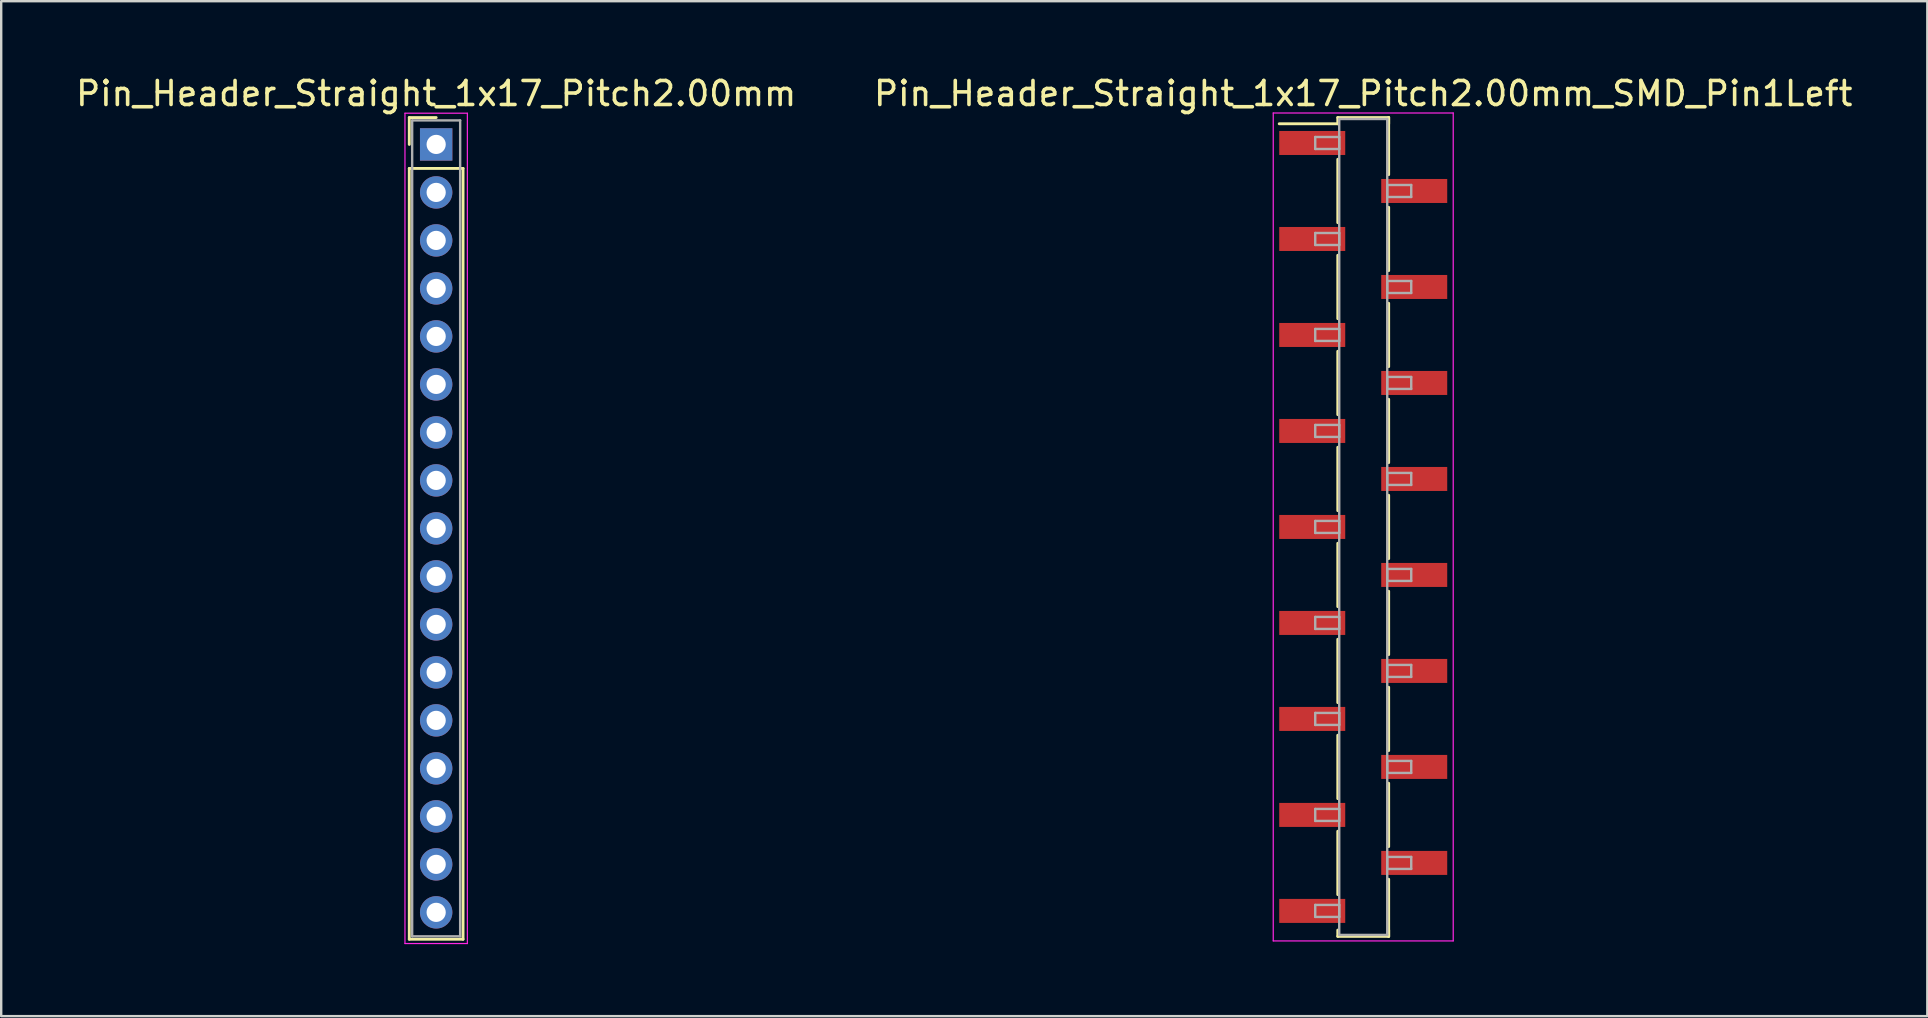
<source format=kicad_pcb>
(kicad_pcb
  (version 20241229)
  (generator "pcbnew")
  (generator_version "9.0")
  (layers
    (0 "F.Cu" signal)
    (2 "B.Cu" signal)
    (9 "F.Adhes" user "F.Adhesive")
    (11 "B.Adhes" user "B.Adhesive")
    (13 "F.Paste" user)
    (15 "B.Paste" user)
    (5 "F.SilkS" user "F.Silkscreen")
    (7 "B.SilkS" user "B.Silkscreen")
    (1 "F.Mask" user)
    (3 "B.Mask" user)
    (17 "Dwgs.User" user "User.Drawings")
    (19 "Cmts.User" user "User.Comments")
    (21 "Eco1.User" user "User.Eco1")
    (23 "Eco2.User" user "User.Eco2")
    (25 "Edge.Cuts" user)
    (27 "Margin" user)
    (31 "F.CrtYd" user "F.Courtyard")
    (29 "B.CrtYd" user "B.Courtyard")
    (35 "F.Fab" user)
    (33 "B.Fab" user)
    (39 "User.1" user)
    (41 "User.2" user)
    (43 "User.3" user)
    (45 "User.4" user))
  (footprint "Pin_Header_Straight_1x17_Pitch2.00mm"
    (layer "F.Cu")
    (at 15.125 2.968)
    (property "Reference" "Pin_Header_Straight_1x17_Pitch2.00mm" (at 0 -2.12 0) (layer "F.SilkS") (effects (font (size 1 1) (thickness 0.15))))
    (attr through_hole)
    (fp_line (start -1.12 -1.12) (end 0 -1.12) (stroke (width 0.12) (type solid)) (layer "F.SilkS"))
    (fp_line (start -1.12 0) (end -1.12 -1.12) (stroke (width 0.12) (type solid)) (layer "F.SilkS"))
    (fp_line (start -1.12 1) (end -1.12 33.12) (stroke (width 0.12) (type solid)) (layer "F.SilkS"))
    (fp_line (start -1.12 33.12) (end 1.12 33.12) (stroke (width 0.12) (type solid)) (layer "F.SilkS"))
    (fp_line (start 1.12 1) (end -1.12 1) (stroke (width 0.12) (type solid)) (layer "F.SilkS"))
    (fp_line (start 1.12 33.12) (end 1.12 1) (stroke (width 0.12) (type solid)) (layer "F.SilkS"))
    (fp_line (start -1.3 -1.3) (end -1.3 33.3) (stroke (width 0.05) (type solid)) (layer "F.CrtYd"))
    (fp_line (start -1.3 33.3) (end 1.3 33.3) (stroke (width 0.05) (type solid)) (layer "F.CrtYd"))
    (fp_line (start 1.3 -1.3) (end -1.3 -1.3) (stroke (width 0.05) (type solid)) (layer "F.CrtYd"))
    (fp_line (start 1.3 33.3) (end 1.3 -1.3) (stroke (width 0.05) (type solid)) (layer "F.CrtYd"))
    (fp_line (start -1 -1) (end -1 33) (stroke (width 0.1) (type solid)) (layer "F.Fab"))
    (fp_line (start -1 33) (end 1 33) (stroke (width 0.1) (type solid)) (layer "F.Fab"))
    (fp_line (start 1 -1) (end -1 -1) (stroke (width 0.1) (type solid)) (layer "F.Fab"))
    (fp_line (start 1 33) (end 1 -1) (stroke (width 0.1) (type solid)) (layer "F.Fab"))
    (pad "1" thru_hole rect (at 0 0) (size 1.35 1.35) (drill 0.8) (layers "*.Cu" "*.Mask"))
    (pad "2" thru_hole oval (at 0 2) (size 1.35 1.35) (drill 0.8) (layers "*.Cu" "*.Mask"))
    (pad "3" thru_hole oval (at 0 4) (size 1.35 1.35) (drill 0.8) (layers "*.Cu" "*.Mask"))
    (pad "4" thru_hole oval (at 0 6) (size 1.35 1.35) (drill 0.8) (layers "*.Cu" "*.Mask"))
    (pad "5" thru_hole oval (at 0 8) (size 1.35 1.35) (drill 0.8) (layers "*.Cu" "*.Mask"))
    (pad "6" thru_hole oval (at 0 10) (size 1.35 1.35) (drill 0.8) (layers "*.Cu" "*.Mask"))
    (pad "7" thru_hole oval (at 0 12) (size 1.35 1.35) (drill 0.8) (layers "*.Cu" "*.Mask"))
    (pad "8" thru_hole oval (at 0 14) (size 1.35 1.35) (drill 0.8) (layers "*.Cu" "*.Mask"))
    (pad "9" thru_hole oval (at 0 16) (size 1.35 1.35) (drill 0.8) (layers "*.Cu" "*.Mask"))
    (pad "10" thru_hole oval (at 0 18) (size 1.35 1.35) (drill 0.8) (layers "*.Cu" "*.Mask"))
    (pad "11" thru_hole oval (at 0 20) (size 1.35 1.35) (drill 0.8) (layers "*.Cu" "*.Mask"))
    (pad "12" thru_hole oval (at 0 22) (size 1.35 1.35) (drill 0.8) (layers "*.Cu" "*.Mask"))
    (pad "13" thru_hole oval (at 0 24) (size 1.35 1.35) (drill 0.8) (layers "*.Cu" "*.Mask"))
    (pad "14" thru_hole oval (at 0 26) (size 1.35 1.35) (drill 0.8) (layers "*.Cu" "*.Mask"))
    (pad "15" thru_hole oval (at 0 28) (size 1.35 1.35) (drill 0.8) (layers "*.Cu" "*.Mask"))
    (pad "16" thru_hole oval (at 0 30) (size 1.35 1.35) (drill 0.8) (layers "*.Cu" "*.Mask"))
    (pad "17" thru_hole oval (at 0 32) (size 1.35 1.35) (drill 0.8) (layers "*.Cu" "*.Mask")))
  (footprint "Pin_Header_Straight_1x17_Pitch2.00mm_SMD_Pin1Left"
    (layer "F.Cu")
    (at 53.756 18.908)
    (property "Reference" "Pin_Header_Straight_1x17_Pitch2.00mm_SMD_Pin1Left" (at 0 -18.06 0) (layer "F.SilkS") (effects (font (size 1 1) (thickness 0.15))))
    (attr smd)
    (fp_line (start -1.06 -17.06) (end 1.06 -17.06) (stroke (width 0.12) (type solid)) (layer "F.SilkS"))
    (fp_line (start -1.06 -16.8) (end -3.5 -16.8) (stroke (width 0.12) (type solid)) (layer "F.SilkS"))
    (fp_line (start -1.06 -16.8) (end -1.06 -17.06) (stroke (width 0.12) (type solid)) (layer "F.SilkS"))
    (fp_line (start -1.06 -15.32) (end -1.06 -12.68) (stroke (width 0.12) (type solid)) (layer "F.SilkS"))
    (fp_line (start -1.06 -11.32) (end -1.06 -8.68) (stroke (width 0.12) (type solid)) (layer "F.SilkS"))
    (fp_line (start -1.06 -7.32) (end -1.06 -4.68) (stroke (width 0.12) (type solid)) (layer "F.SilkS"))
    (fp_line (start -1.06 -3.32) (end -1.06 -0.68) (stroke (width 0.12) (type solid)) (layer "F.SilkS"))
    (fp_line (start -1.06 0.68) (end -1.06 3.32) (stroke (width 0.12) (type solid)) (layer "F.SilkS"))
    (fp_line (start -1.06 4.68) (end -1.06 7.32) (stroke (width 0.12) (type solid)) (layer "F.SilkS"))
    (fp_line (start -1.06 8.68) (end -1.06 11.32) (stroke (width 0.12) (type solid)) (layer "F.SilkS"))
    (fp_line (start -1.06 12.68) (end -1.06 15.32) (stroke (width 0.12) (type solid)) (layer "F.SilkS"))
    (fp_line (start -1.06 16.8) (end -1.06 17.06) (stroke (width 0.12) (type solid)) (layer "F.SilkS"))
    (fp_line (start -1.06 17.06) (end 1.06 17.06) (stroke (width 0.12) (type solid)) (layer "F.SilkS"))
    (fp_line (start 1.06 -17.06) (end 1.06 -16.8) (stroke (width 0.12) (type solid)) (layer "F.SilkS"))
    (fp_line (start 1.06 -17.06) (end 1.06 -14.68) (stroke (width 0.12) (type solid)) (layer "F.SilkS"))
    (fp_line (start 1.06 -13.32) (end 1.06 -10.68) (stroke (width 0.12) (type solid)) (layer "F.SilkS"))
    (fp_line (start 1.06 -9.32) (end 1.06 -6.68) (stroke (width 0.12) (type solid)) (layer "F.SilkS"))
    (fp_line (start 1.06 -5.32) (end 1.06 -2.68) (stroke (width 0.12) (type solid)) (layer "F.SilkS"))
    (fp_line (start 1.06 -1.32) (end 1.06 1.32) (stroke (width 0.12) (type solid)) (layer "F.SilkS"))
    (fp_line (start 1.06 2.68) (end 1.06 5.32) (stroke (width 0.12) (type solid)) (layer "F.SilkS"))
    (fp_line (start 1.06 6.68) (end 1.06 9.32) (stroke (width 0.12) (type solid)) (layer "F.SilkS"))
    (fp_line (start 1.06 10.68) (end 1.06 13.32) (stroke (width 0.12) (type solid)) (layer "F.SilkS"))
    (fp_line (start 1.06 14.68) (end 1.06 17.06) (stroke (width 0.12) (type solid)) (layer "F.SilkS"))
    (fp_line (start 1.06 17.06) (end 1.06 16.8) (stroke (width 0.12) (type solid)) (layer "F.SilkS"))
    (fp_line (start -3.75 -17.25) (end -3.75 17.25) (stroke (width 0.05) (type solid)) (layer "F.CrtYd"))
    (fp_line (start -3.75 17.25) (end 3.75 17.25) (stroke (width 0.05) (type solid)) (layer "F.CrtYd"))
    (fp_line (start 3.75 -17.25) (end -3.75 -17.25) (stroke (width 0.05) (type solid)) (layer "F.CrtYd"))
    (fp_line (start 3.75 17.25) (end 3.75 -17.25) (stroke (width 0.05) (type solid)) (layer "F.CrtYd"))
    (fp_line (start -2 -16.25) (end -1 -16.25) (stroke (width 0.1) (type solid)) (layer "F.Fab"))
    (fp_line (start -2 -15.75) (end -2 -16.25) (stroke (width 0.1) (type solid)) (layer "F.Fab"))
    (fp_line (start -2 -12.25) (end -1 -12.25) (stroke (width 0.1) (type solid)) (layer "F.Fab"))
    (fp_line (start -2 -11.75) (end -2 -12.25) (stroke (width 0.1) (type solid)) (layer "F.Fab"))
    (fp_line (start -2 -8.25) (end -1 -8.25) (stroke (width 0.1) (type solid)) (layer "F.Fab"))
    (fp_line (start -2 -7.75) (end -2 -8.25) (stroke (width 0.1) (type solid)) (layer "F.Fab"))
    (fp_line (start -2 -4.25) (end -1 -4.25) (stroke (width 0.1) (type solid)) (layer "F.Fab"))
    (fp_line (start -2 -3.75) (end -2 -4.25) (stroke (width 0.1) (type solid)) (layer "F.Fab"))
    (fp_line (start -2 -0.25) (end -1 -0.25) (stroke (width 0.1) (type solid)) (layer "F.Fab"))
    (fp_line (start -2 0.25) (end -2 -0.25) (stroke (width 0.1) (type solid)) (layer "F.Fab"))
    (fp_line (start -2 3.75) (end -1 3.75) (stroke (width 0.1) (type solid)) (layer "F.Fab"))
    (fp_line (start -2 4.25) (end -2 3.75) (stroke (width 0.1) (type solid)) (layer "F.Fab"))
    (fp_line (start -2 7.75) (end -1 7.75) (stroke (width 0.1) (type solid)) (layer "F.Fab"))
    (fp_line (start -2 8.25) (end -2 7.75) (stroke (width 0.1) (type solid)) (layer "F.Fab"))
    (fp_line (start -2 11.75) (end -1 11.75) (stroke (width 0.1) (type solid)) (layer "F.Fab"))
    (fp_line (start -2 12.25) (end -2 11.75) (stroke (width 0.1) (type solid)) (layer "F.Fab"))
    (fp_line (start -2 15.75) (end -1 15.75) (stroke (width 0.1) (type solid)) (layer "F.Fab"))
    (fp_line (start -2 16.25) (end -2 15.75) (stroke (width 0.1) (type solid)) (layer "F.Fab"))
    (fp_line (start -1 -17) (end -1 17) (stroke (width 0.1) (type solid)) (layer "F.Fab"))
    (fp_line (start -1 -16.25) (end -1 -15.75) (stroke (width 0.1) (type solid)) (layer "F.Fab"))
    (fp_line (start -1 -15.75) (end -2 -15.75) (stroke (width 0.1) (type solid)) (layer "F.Fab"))
    (fp_line (start -1 -12.25) (end -1 -11.75) (stroke (width 0.1) (type solid)) (layer "F.Fab"))
    (fp_line (start -1 -11.75) (end -2 -11.75) (stroke (width 0.1) (type solid)) (layer "F.Fab"))
    (fp_line (start -1 -8.25) (end -1 -7.75) (stroke (width 0.1) (type solid)) (layer "F.Fab"))
    (fp_line (start -1 -7.75) (end -2 -7.75) (stroke (width 0.1) (type solid)) (layer "F.Fab"))
    (fp_line (start -1 -4.25) (end -1 -3.75) (stroke (width 0.1) (type solid)) (layer "F.Fab"))
    (fp_line (start -1 -3.75) (end -2 -3.75) (stroke (width 0.1) (type solid)) (layer "F.Fab"))
    (fp_line (start -1 -0.25) (end -1 0.25) (stroke (width 0.1) (type solid)) (layer "F.Fab"))
    (fp_line (start -1 0.25) (end -2 0.25) (stroke (width 0.1) (type solid)) (layer "F.Fab"))
    (fp_line (start -1 3.75) (end -1 4.25) (stroke (width 0.1) (type solid)) (layer "F.Fab"))
    (fp_line (start -1 4.25) (end -2 4.25) (stroke (width 0.1) (type solid)) (layer "F.Fab"))
    (fp_line (start -1 7.75) (end -1 8.25) (stroke (width 0.1) (type solid)) (layer "F.Fab"))
    (fp_line (start -1 8.25) (end -2 8.25) (stroke (width 0.1) (type solid)) (layer "F.Fab"))
    (fp_line (start -1 11.75) (end -1 12.25) (stroke (width 0.1) (type solid)) (layer "F.Fab"))
    (fp_line (start -1 12.25) (end -2 12.25) (stroke (width 0.1) (type solid)) (layer "F.Fab"))
    (fp_line (start -1 15.75) (end -1 16.25) (stroke (width 0.1) (type solid)) (layer "F.Fab"))
    (fp_line (start -1 16.25) (end -2 16.25) (stroke (width 0.1) (type solid)) (layer "F.Fab"))
    (fp_line (start -1 17) (end 1 17) (stroke (width 0.1) (type solid)) (layer "F.Fab"))
    (fp_line (start 1 -17) (end -1 -17) (stroke (width 0.1) (type solid)) (layer "F.Fab"))
    (fp_line (start 1 -14.25) (end 1 -13.75) (stroke (width 0.1) (type solid)) (layer "F.Fab"))
    (fp_line (start 1 -13.75) (end 2 -13.75) (stroke (width 0.1) (type solid)) (layer "F.Fab"))
    (fp_line (start 1 -10.25) (end 1 -9.75) (stroke (width 0.1) (type solid)) (layer "F.Fab"))
    (fp_line (start 1 -9.75) (end 2 -9.75) (stroke (width 0.1) (type solid)) (layer "F.Fab"))
    (fp_line (start 1 -6.25) (end 1 -5.75) (stroke (width 0.1) (type solid)) (layer "F.Fab"))
    (fp_line (start 1 -5.75) (end 2 -5.75) (stroke (width 0.1) (type solid)) (layer "F.Fab"))
    (fp_line (start 1 -2.25) (end 1 -1.75) (stroke (width 0.1) (type solid)) (layer "F.Fab"))
    (fp_line (start 1 -1.75) (end 2 -1.75) (stroke (width 0.1) (type solid)) (layer "F.Fab"))
    (fp_line (start 1 1.75) (end 1 2.25) (stroke (width 0.1) (type solid)) (layer "F.Fab"))
    (fp_line (start 1 2.25) (end 2 2.25) (stroke (width 0.1) (type solid)) (layer "F.Fab"))
    (fp_line (start 1 5.75) (end 1 6.25) (stroke (width 0.1) (type solid)) (layer "F.Fab"))
    (fp_line (start 1 6.25) (end 2 6.25) (stroke (width 0.1) (type solid)) (layer "F.Fab"))
    (fp_line (start 1 9.75) (end 1 10.25) (stroke (width 0.1) (type solid)) (layer "F.Fab"))
    (fp_line (start 1 10.25) (end 2 10.25) (stroke (width 0.1) (type solid)) (layer "F.Fab"))
    (fp_line (start 1 13.75) (end 1 14.25) (stroke (width 0.1) (type solid)) (layer "F.Fab"))
    (fp_line (start 1 14.25) (end 2 14.25) (stroke (width 0.1) (type solid)) (layer "F.Fab"))
    (fp_line (start 1 17) (end 1 -17) (stroke (width 0.1) (type solid)) (layer "F.Fab"))
    (fp_line (start 2 -14.25) (end 1 -14.25) (stroke (width 0.1) (type solid)) (layer "F.Fab"))
    (fp_line (start 2 -13.75) (end 2 -14.25) (stroke (width 0.1) (type solid)) (layer "F.Fab"))
    (fp_line (start 2 -10.25) (end 1 -10.25) (stroke (width 0.1) (type solid)) (layer "F.Fab"))
    (fp_line (start 2 -9.75) (end 2 -10.25) (stroke (width 0.1) (type solid)) (layer "F.Fab"))
    (fp_line (start 2 -6.25) (end 1 -6.25) (stroke (width 0.1) (type solid)) (layer "F.Fab"))
    (fp_line (start 2 -5.75) (end 2 -6.25) (stroke (width 0.1) (type solid)) (layer "F.Fab"))
    (fp_line (start 2 -2.25) (end 1 -2.25) (stroke (width 0.1) (type solid)) (layer "F.Fab"))
    (fp_line (start 2 -1.75) (end 2 -2.25) (stroke (width 0.1) (type solid)) (layer "F.Fab"))
    (fp_line (start 2 1.75) (end 1 1.75) (stroke (width 0.1) (type solid)) (layer "F.Fab"))
    (fp_line (start 2 2.25) (end 2 1.75) (stroke (width 0.1) (type solid)) (layer "F.Fab"))
    (fp_line (start 2 5.75) (end 1 5.75) (stroke (width 0.1) (type solid)) (layer "F.Fab"))
    (fp_line (start 2 6.25) (end 2 5.75) (stroke (width 0.1) (type solid)) (layer "F.Fab"))
    (fp_line (start 2 9.75) (end 1 9.75) (stroke (width 0.1) (type solid)) (layer "F.Fab"))
    (fp_line (start 2 10.25) (end 2 9.75) (stroke (width 0.1) (type solid)) (layer "F.Fab"))
    (fp_line (start 2 13.75) (end 1 13.75) (stroke (width 0.1) (type solid)) (layer "F.Fab"))
    (fp_line (start 2 14.25) (end 2 13.75) (stroke (width 0.1) (type solid)) (layer "F.Fab"))
    (pad "1" smd rect (at -2.125 -16) (size 2.75 1) (layers "F.Cu" "F.Mask"))
    (pad "2" smd rect (at 2.125 -14) (size 2.75 1) (layers "F.Cu" "F.Mask"))
    (pad "3" smd rect (at -2.125 -12) (size 2.75 1) (layers "F.Cu" "F.Mask"))
    (pad "4" smd rect (at 2.125 -10) (size 2.75 1) (layers "F.Cu" "F.Mask"))
    (pad "5" smd rect (at -2.125 -8) (size 2.75 1) (layers "F.Cu" "F.Mask"))
    (pad "6" smd rect (at 2.125 -6) (size 2.75 1) (layers "F.Cu" "F.Mask"))
    (pad "7" smd rect (at -2.125 -4) (size 2.75 1) (layers "F.Cu" "F.Mask"))
    (pad "8" smd rect (at 2.125 -2) (size 2.75 1) (layers "F.Cu" "F.Mask"))
    (pad "9" smd rect (at -2.125 0) (size 2.75 1) (layers "F.Cu" "F.Mask"))
    (pad "10" smd rect (at 2.125 2) (size 2.75 1) (layers "F.Cu" "F.Mask"))
    (pad "11" smd rect (at -2.125 4) (size 2.75 1) (layers "F.Cu" "F.Mask"))
    (pad "12" smd rect (at 2.125 6) (size 2.75 1) (layers "F.Cu" "F.Mask"))
    (pad "13" smd rect (at -2.125 8) (size 2.75 1) (layers "F.Cu" "F.Mask"))
    (pad "14" smd rect (at 2.125 10) (size 2.75 1) (layers "F.Cu" "F.Mask"))
    (pad "15" smd rect (at -2.125 12) (size 2.75 1) (layers "F.Cu" "F.Mask"))
    (pad "16" smd rect (at 2.125 14) (size 2.75 1) (layers "F.Cu" "F.Mask"))
    (pad "17" smd rect (at -2.125 16) (size 2.75 1) (layers "F.Cu" "F.Mask")))
  (gr_rect
    (start -3 -3)
    (end 77.262 39.293)
    (stroke (width 0.1) (type default))
    (fill no)
    (layer "Edge.Cuts")))
</source>
